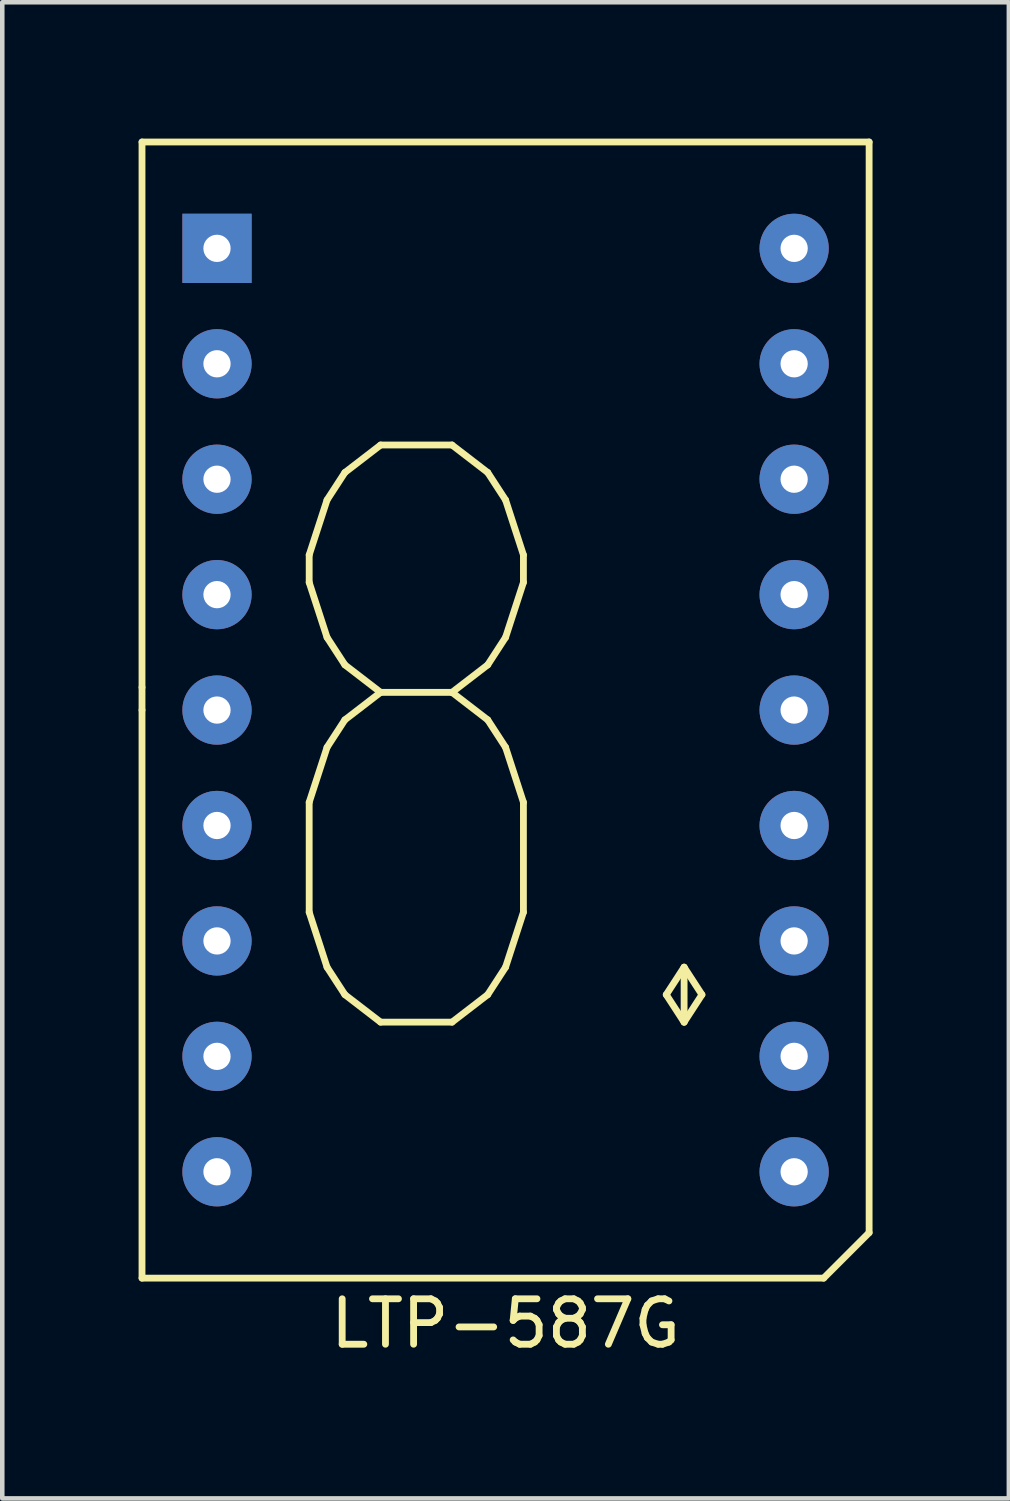
<source format=kicad_pcb>
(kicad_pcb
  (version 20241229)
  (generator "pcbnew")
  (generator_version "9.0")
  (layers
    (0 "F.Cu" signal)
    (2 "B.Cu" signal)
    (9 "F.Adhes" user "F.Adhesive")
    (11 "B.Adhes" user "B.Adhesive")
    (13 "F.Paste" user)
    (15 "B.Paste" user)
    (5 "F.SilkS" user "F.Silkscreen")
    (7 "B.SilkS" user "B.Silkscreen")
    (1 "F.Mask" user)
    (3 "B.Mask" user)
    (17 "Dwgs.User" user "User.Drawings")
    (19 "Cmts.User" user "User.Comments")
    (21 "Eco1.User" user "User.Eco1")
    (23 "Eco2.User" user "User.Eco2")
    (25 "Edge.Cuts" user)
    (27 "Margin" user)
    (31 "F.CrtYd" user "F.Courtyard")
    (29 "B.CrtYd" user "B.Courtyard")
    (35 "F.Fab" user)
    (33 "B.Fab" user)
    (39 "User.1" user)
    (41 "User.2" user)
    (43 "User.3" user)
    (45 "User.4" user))
  (footprint "LTP-587G"
    (layer "F.Cu")
    (at 8.075 12.575)
    (property "Reference" "LTP-587G" (at 0 13.5 0) (layer "F.SilkS") (effects (font (size 1 1) (thickness 0.15))))
    (attr through_hole)
    (fp_line (start -8 -12.5) (end -8 -0.5) (stroke (width 0.15) (type solid)) (layer "F.SilkS"))
    (fp_line (start -8 -12.5) (end 8 -12.5) (stroke (width 0.15) (type solid)) (layer "F.SilkS"))
    (fp_line (start -8 -0.5) (end -8 0) (stroke (width 0.15) (type solid)) (layer "F.SilkS"))
    (fp_line (start -8 0) (end -8 12.5) (stroke (width 0.15) (type solid)) (layer "F.SilkS"))
    (fp_line (start 7 12.5) (end -8 12.5) (stroke (width 0.15) (type solid)) (layer "F.SilkS"))
    (fp_line (start 7 12.5) (end 8 11.5) (stroke (width 0.15) (type solid)) (layer "F.SilkS"))
    (fp_line (start 8 11.5) (end 8 -12.5) (stroke (width 0.15) (type solid)) (layer "F.SilkS"))
    (fp_text user "8." (at 0 1 0) (layer "F.SilkS") (effects (font (size 12.7 8.25) (thickness 0.15))))
    (pad "1" thru_hole rect (at -6.35 -10.16) (size 1.524 1.524) (drill 0.6) (layers "*.Cu" "*.Mask"))
    (pad "2" thru_hole circle (at -6.35 -7.62) (size 1.524 1.524) (drill 0.6) (layers "*.Cu" "*.Mask"))
    (pad "3" thru_hole circle (at -6.35 -5.08) (size 1.524 1.524) (drill 0.6) (layers "*.Cu" "*.Mask"))
    (pad "4" thru_hole circle (at -6.35 -2.54) (size 1.524 1.524) (drill 0.6) (layers "*.Cu" "*.Mask"))
    (pad "5" thru_hole circle (at -6.35 0) (size 1.524 1.524) (drill 0.6) (layers "*.Cu" "*.Mask"))
    (pad "6" thru_hole circle (at -6.35 2.54) (size 1.524 1.524) (drill 0.6) (layers "*.Cu" "*.Mask"))
    (pad "7" thru_hole circle (at -6.35 5.08) (size 1.524 1.524) (drill 0.6) (layers "*.Cu" "*.Mask"))
    (pad "8" thru_hole circle (at -6.35 7.62) (size 1.524 1.524) (drill 0.6) (layers "*.Cu" "*.Mask"))
    (pad "9" thru_hole circle (at -6.35 10.16) (size 1.524 1.524) (drill 0.6) (layers "*.Cu" "*.Mask"))
    (pad "10" thru_hole circle (at 6.35 10.16) (size 1.524 1.524) (drill 0.6) (layers "*.Cu" "*.Mask"))
    (pad "11" thru_hole circle (at 6.35 7.62) (size 1.524 1.524) (drill 0.6) (layers "*.Cu" "*.Mask"))
    (pad "12" thru_hole circle (at 6.35 5.08) (size 1.524 1.524) (drill 0.6) (layers "*.Cu" "*.Mask"))
    (pad "13" thru_hole circle (at 6.35 2.54) (size 1.524 1.524) (drill 0.6) (layers "*.Cu" "*.Mask"))
    (pad "14" thru_hole circle (at 6.35 0) (size 1.524 1.524) (drill 0.6) (layers "*.Cu" "*.Mask"))
    (pad "15" thru_hole circle (at 6.35 -2.54) (size 1.524 1.524) (drill 0.6) (layers "*.Cu" "*.Mask"))
    (pad "16" thru_hole circle (at 6.35 -5.08) (size 1.524 1.524) (drill 0.6) (layers "*.Cu" "*.Mask"))
    (pad "17" thru_hole circle (at 6.35 -7.62) (size 1.524 1.524) (drill 0.6) (layers "*.Cu" "*.Mask"))
    (pad "18" thru_hole circle (at 6.35 -10.16) (size 1.524 1.524) (drill 0.6) (layers "*.Cu" "*.Mask")))
  (gr_rect
    (start -3 -3)
    (end 19.15 29.923)
    (stroke (width 0.1) (type default))
    (fill no)
    (layer "Edge.Cuts")))
</source>
